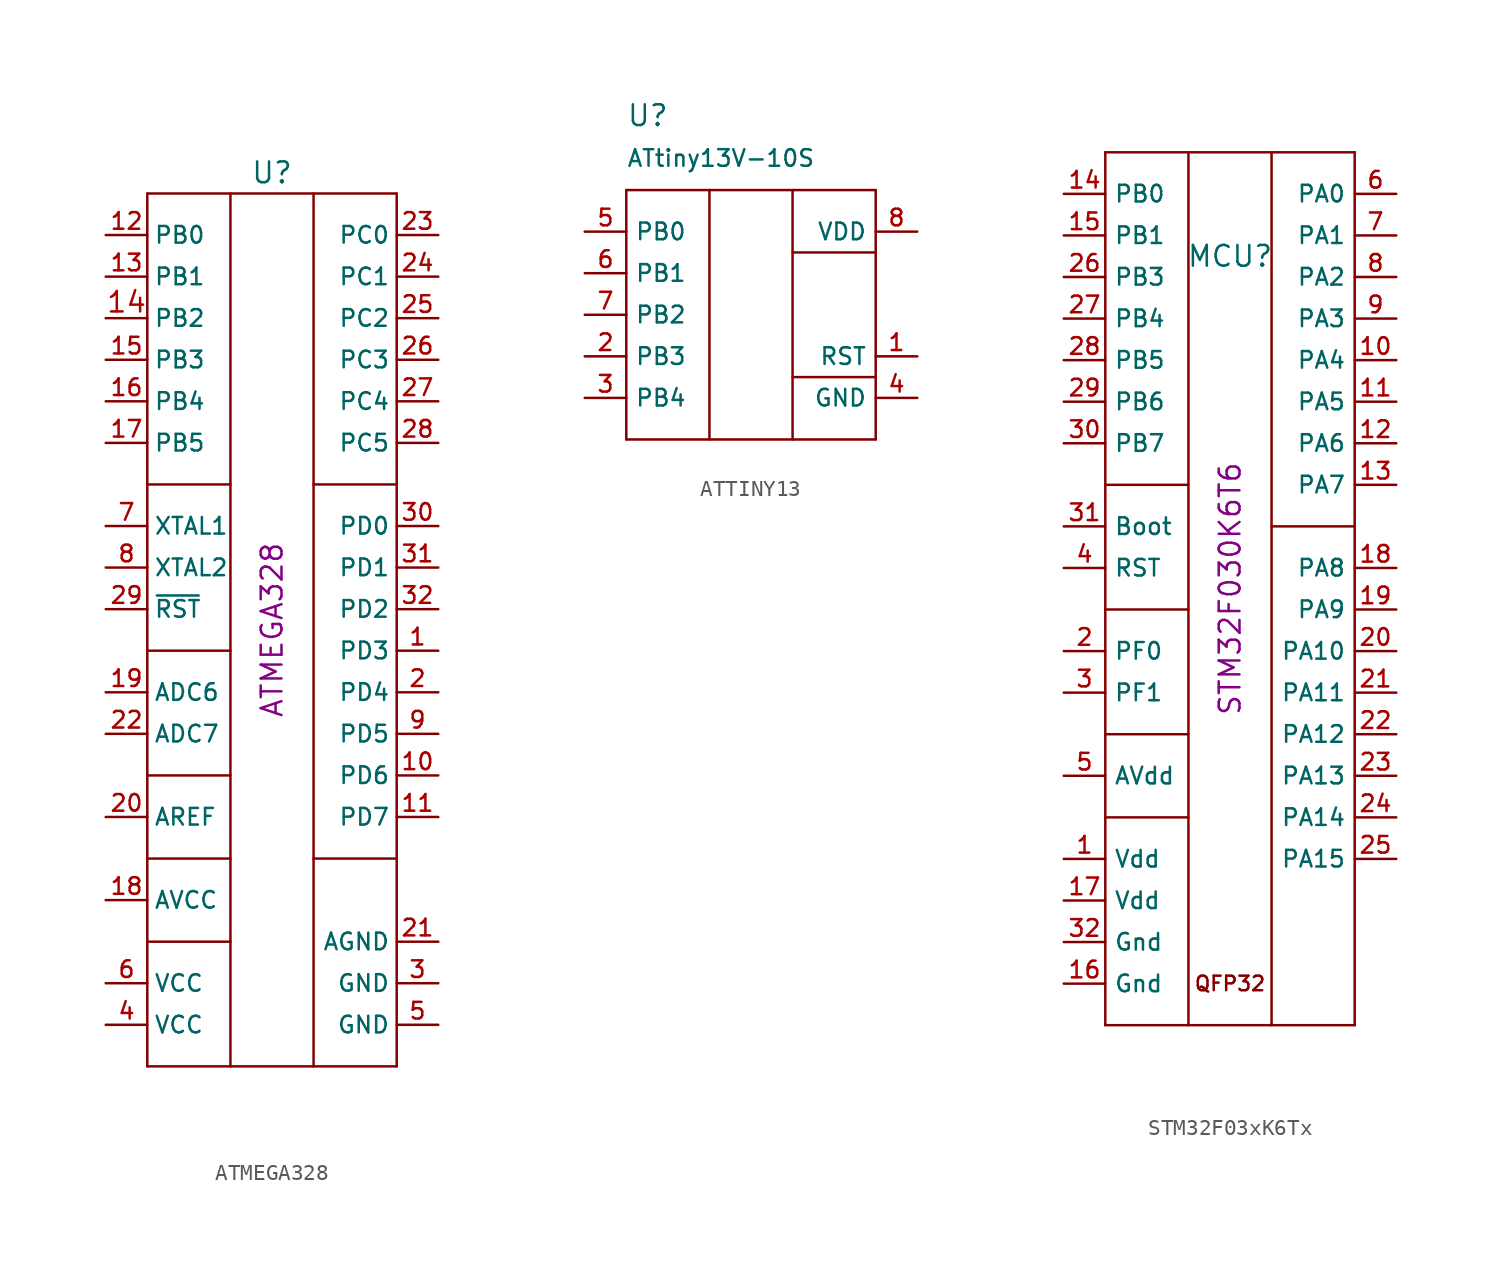
<source format=kicad_sym>
(kicad_symbol_lib
  (version 20220914)
  (generator kicad_symbol_editor)
  (symbol "ATMEGA328"
    (pin_names
      (offset 0.381))
    (property "Reference" "U"
      (at 0 27.94 0)
      (effects (font (size 1.27 1.27))))
    (property "Display" "ATMEGA328"
      (at 0 0 90)
      (effects (font (size 1.27 1.27))))
    (symbol "ATMEGA328_0_1"
      (polyline (pts (xy -7.62 -19.05) (xy -2.54 -19.05)) (stroke (width 0) (type default)) (fill (type none)))
      (polyline (pts (xy -7.62 -13.97) (xy -2.54 -13.97)) (stroke (width 0) (type default)) (fill (type none)))
      (polyline (pts (xy -7.62 -8.89) (xy -2.54 -8.89)) (stroke (width 0) (type default)) (fill (type none)))
      (polyline (pts (xy -7.62 -1.27) (xy -2.54 -1.27)) (stroke (width 0) (type default)) (fill (type none)))
      (polyline (pts (xy -7.62 8.89) (xy -2.54 8.89)) (stroke (width 0) (type default)) (fill (type none)))
      (polyline (pts (xy 2.54 -13.97) (xy 7.62 -13.97)) (stroke (width 0) (type default)) (fill (type none)))
      (polyline (pts (xy 2.54 8.89) (xy 7.62 8.89)) (stroke (width 0) (type default)) (fill (type none)))
      (polyline (pts (xy 7.62 -26.67) (xy -7.62 -26.67)) (stroke (width 0) (type default)) (fill (type none))))
    (symbol "ATMEGA328_1_1"
      (polyline (pts (xy -7.62 26.67) (xy -7.62 -26.67)) (stroke (width 0) (type default)) (fill (type none)))
      (polyline (pts (xy -7.62 26.67) (xy 7.62 26.67)) (stroke (width 0) (type default)) (fill (type none)))
      (polyline (pts (xy -2.54 26.67) (xy -2.54 -26.67)) (stroke (width 0) (type default)) (fill (type none)))
      (polyline (pts (xy 2.54 26.67) (xy 2.54 -26.67)) (stroke (width 0) (type default)) (fill (type none)))
      (polyline (pts (xy 7.62 26.67) (xy 7.62 -26.67)) (stroke (width 0) (type default)) (fill (type none)))
      (pin bidirectional line (at 10.16 -1.27 180) (length 2.54) (name "PD3" (effects (font (size 1.016 1.016)))) (number "1" (effects (font (size 1.016 1.016)))) (alternate "INT1" bidirectional line))
      (pin bidirectional line (at 10.16 -8.89 180) (length 2.54) (name "PD6" (effects (font (size 1.016 1.016)))) (number "10" (effects (font (size 1.016 1.016)))) (alternate "AIN0" bidirectional line))
      (pin bidirectional line (at 10.16 -11.43 180) (length 2.54) (name "PD7" (effects (font (size 1.016 1.016)))) (number "11" (effects (font (size 1.016 1.016)))) (alternate "AIN1" bidirectional line))
      (pin bidirectional line (at -10.16 24.13 0) (length 2.54) (name "PB0" (effects (font (size 1.016 1.016)))) (number "12" (effects (font (size 1.016 1.016)))) (alternate "ICP" bidirectional line))
      (pin bidirectional line (at -10.16 21.59 0) (length 2.54) (name "PB1" (effects (font (size 1.016 1.016)))) (number "13" (effects (font (size 1.016 1.016)))) (alternate "OC1A" bidirectional line))
      (pin bidirectional line (at -10.16 19.05 0) (length 2.54) (name "PB2" (effects (font (size 1.016 1.016)))) (number "14" (effects (font (size 1.245 1.245)))) (alternate "OC1B" bidirectional line) (alternate "SS" bidirectional line))
      (pin bidirectional line (at -10.16 16.51 0) (length 2.54) (name "PB3" (effects (font (size 1.016 1.016)))) (number "15" (effects (font (size 1.016 1.016)))) (alternate "MOSI" bidirectional line) (alternate "OC2" bidirectional line))
      (pin bidirectional line (at -10.16 13.97 0) (length 2.54) (name "PB4" (effects (font (size 1.016 1.016)))) (number "16" (effects (font (size 1.016 1.016)))) (alternate "MISO" bidirectional line))
      (pin bidirectional line (at -10.16 11.43 0) (length 2.54) (name "PB5" (effects (font (size 1.016 1.016)))) (number "17" (effects (font (size 1.016 1.016)))) (alternate "SCK" bidirectional line))
      (pin power_in line (at -10.16 -16.51 0) (length 2.54) (name "AVCC" (effects (font (size 1.016 1.016)))) (number "18" (effects (font (size 1.016 1.016)))))
      (pin input line (at -10.16 -3.81 0) (length 2.54) (name "ADC6" (effects (font (size 1.016 1.016)))) (number "19" (effects (font (size 1.016 1.016)))))
      (pin bidirectional line (at 10.16 -3.81 180) (length 2.54) (name "PD4" (effects (font (size 1.016 1.016)))) (number "2" (effects (font (size 1.016 1.016)))) (alternate "T0" bidirectional line) (alternate "XCK" bidirectional line))
      (pin passive line (at -10.16 -11.43 0) (length 2.54) (name "AREF" (effects (font (size 1.016 1.016)))) (number "20" (effects (font (size 1.016 1.016)))))
      (pin power_in line (at 10.16 -19.05 180) (length 2.54) (name "AGND" (effects (font (size 1.016 1.016)))) (number "21" (effects (font (size 1.016 1.016)))))
      (pin input line (at -10.16 -6.35 0) (length 2.54) (name "ADC7" (effects (font (size 1.016 1.016)))) (number "22" (effects (font (size 1.016 1.016)))))
      (pin bidirectional line (at 10.16 24.13 180) (length 2.54) (name "PC0" (effects (font (size 1.016 1.016)))) (number "23" (effects (font (size 1.016 1.016)))) (alternate "ADC0" bidirectional line))
      (pin bidirectional line (at 10.16 21.59 180) (length 2.54) (name "PC1" (effects (font (size 1.016 1.016)))) (number "24" (effects (font (size 1.016 1.016)))) (alternate "ADC1" bidirectional line))
      (pin bidirectional line (at 10.16 19.05 180) (length 2.54) (name "PC2" (effects (font (size 1.016 1.016)))) (number "25" (effects (font (size 1.016 1.016)))) (alternate "ADC2" bidirectional line))
      (pin bidirectional line (at 10.16 16.51 180) (length 2.54) (name "PC3" (effects (font (size 1.016 1.016)))) (number "26" (effects (font (size 1.016 1.016)))) (alternate "ADC3" bidirectional line))
      (pin bidirectional line (at 10.16 13.97 180) (length 2.54) (name "PC4" (effects (font (size 1.016 1.016)))) (number "27" (effects (font (size 1.016 1.016)))) (alternate "ADC4" bidirectional line) (alternate "SDA" bidirectional line))
      (pin bidirectional line (at 10.16 11.43 180) (length 2.54) (name "PC5" (effects (font (size 1.016 1.016)))) (number "28" (effects (font (size 1.016 1.016)))) (alternate "ADC5" bidirectional line) (alternate "SCL" bidirectional line))
      (pin bidirectional line (at -10.16 1.27 0) (length 2.54) (name "~{RST}" (effects (font (size 1.016 1.016)))) (number "29" (effects (font (size 1.016 1.016)))) (alternate "PC6" bidirectional line))
      (pin power_in line (at 10.16 -21.59 180) (length 2.54) (name "GND" (effects (font (size 1.016 1.016)))) (number "3" (effects (font (size 1.016 1.016)))))
      (pin bidirectional line (at 10.16 6.35 180) (length 2.54) (name "PD0" (effects (font (size 1.016 1.016)))) (number "30" (effects (font (size 1.016 1.016)))) (alternate "RXD" bidirectional line))
      (pin bidirectional line (at 10.16 3.81 180) (length 2.54) (name "PD1" (effects (font (size 1.016 1.016)))) (number "31" (effects (font (size 1.016 1.016)))) (alternate "TXD" bidirectional line))
      (pin bidirectional line (at 10.16 1.27 180) (length 2.54) (name "PD2" (effects (font (size 1.016 1.016)))) (number "32" (effects (font (size 1.016 1.016)))) (alternate "INT0" bidirectional line))
      (pin power_in line (at -10.16 -24.13 0) (length 2.54) (name "VCC" (effects (font (size 1.016 1.016)))) (number "4" (effects (font (size 1.016 1.016)))))
      (pin power_in line (at 10.16 -24.13 180) (length 2.54) (name "GND" (effects (font (size 1.016 1.016)))) (number "5" (effects (font (size 1.016 1.016)))))
      (pin power_in line (at -10.16 -21.59 0) (length 2.54) (name "VCC" (effects (font (size 1.016 1.016)))) (number "6" (effects (font (size 1.016 1.016)))))
      (pin bidirectional line (at -10.16 6.35 0) (length 2.54) (name "XTAL1" (effects (font (size 1.016 1.016)))) (number "7" (effects (font (size 1.016 1.016)))) (alternate "PB6" bidirectional line) (alternate "TOSC1" bidirectional line))
      (pin bidirectional line (at -10.16 3.81 0) (length 2.54) (name "XTAL2" (effects (font (size 1.016 1.016)))) (number "8" (effects (font (size 1.016 1.016)))) (alternate "PB7" bidirectional line) (alternate "TOSC2" bidirectional line))
      (pin bidirectional line (at 10.16 -6.35 180) (length 2.54) (name "PD5" (effects (font (size 1.016 1.016)))) (number "9" (effects (font (size 1.016 1.016)))) (alternate "T1" bidirectional line))))
  (symbol "ATTINY13"
    (property "Reference" "U"
      (at -7.62 11.43 0)
      (effects (font (size 1.27 1.27)) (justify left bottom)))
    (property "Value" "ATtiny13V-10S"
      (at -7.62 10.16 0)
      (effects (font (size 1.016 1.016)) (justify left top)))
    (symbol "ATTINY13_0_1"
      (polyline (pts (xy 2.54 -3.81) (xy 7.62 -3.81)) (stroke (width 0) (type default)) (fill (type none)))
      (polyline (pts (xy 2.54 3.81) (xy 7.62 3.81)) (stroke (width 0) (type default)) (fill (type none)))
      (polyline (pts (xy 7.62 -7.62) (xy -7.62 -7.62)) (stroke (width 0) (type default)) (fill (type none)))
      (polyline (pts (xy 7.62 7.62) (xy -7.62 7.62)) (stroke (width 0) (type default)) (fill (type none))))
    (symbol "ATTINY13_1_1"
      (polyline (pts (xy -7.62 7.62) (xy -7.62 -7.62)) (stroke (width 0) (type default)) (fill (type none)))
      (polyline (pts (xy -2.54 7.62) (xy -2.54 -7.62)) (stroke (width 0) (type default)) (fill (type none)))
      (polyline (pts (xy 2.54 7.62) (xy 2.54 -7.62)) (stroke (width 0) (type default)) (fill (type none)))
      (polyline (pts (xy 7.62 7.62) (xy 7.62 -7.62)) (stroke (width 0) (type default)) (fill (type none)))
      (pin bidirectional line (at 10.16 -2.54 180) (length 2.54) (name "RST" (effects (font (size 1.016 1.016)))) (number "1" (effects (font (size 1.016 1.016)))) (alternate "ADC0" bidirectional line) (alternate "PCINT5" bidirectional line) (alternate "RESET" bidirectional line) (alternate "dW" bidirectional line))
      (pin bidirectional line (at -10.16 -2.54 0) (length 2.54) (name "PB3" (effects (font (size 1.016 1.016)))) (number "2" (effects (font (size 1.016 1.016)))) (alternate "ADC3" bidirectional line) (alternate "CLKI" bidirectional line) (alternate "PCINT3" bidirectional line))
      (pin bidirectional line (at -10.16 -5.08 0) (length 2.54) (name "PB4" (effects (font (size 1.016 1.016)))) (number "3" (effects (font (size 1.016 1.016)))) (alternate "ADC2" bidirectional line) (alternate "PCINT4" bidirectional line))
      (pin power_in line (at 10.16 -5.08 180) (length 2.54) (name "GND" (effects (font (size 1.016 1.016)))) (number "4" (effects (font (size 1.016 1.016)))))
      (pin bidirectional line (at -10.16 5.08 0) (length 2.54) (name "PB0" (effects (font (size 1.016 1.016)))) (number "5" (effects (font (size 1.016 1.016)))) (alternate "AIN0" bidirectional line) (alternate "MOSI" bidirectional line) (alternate "OC0A" bidirectional line) (alternate "PCINT0" bidirectional line))
      (pin bidirectional line (at -10.16 2.54 0) (length 2.54) (name "PB1" (effects (font (size 1.016 1.016)))) (number "6" (effects (font (size 1.016 1.016)))) (alternate "AIN1" bidirectional line) (alternate "INT0" bidirectional line) (alternate "MISO" bidirectional line) (alternate "OC0B" bidirectional line) (alternate "PCINT1" bidirectional line))
      (pin bidirectional line (at -10.16 0 0) (length 2.54) (name "PB2" (effects (font (size 1.016 1.016)))) (number "7" (effects (font (size 1.016 1.016)))) (alternate "ADC1" bidirectional line) (alternate "PCINT2" bidirectional line) (alternate "SCK" bidirectional line) (alternate "T0" bidirectional line))
      (pin power_in line (at 10.16 5.08 180) (length 2.54) (name "VDD" (effects (font (size 1.016 1.016)))) (number "8" (effects (font (size 1.016 1.016)))))))
  (symbol "STM32F03xK6Tx"
    (property "Reference" "MCU"
      (at 0 20.32 0)
      (effects (font (size 1.27 1.27))))
    (property "Display" "STM32F030K6T6"
      (at 0 0 90)
      (effects (font (size 1.27 1.27))))
    (symbol "STM32F03xK6Tx_1_1"
      (polyline (pts (xy -7.62 -26.67) (xy 7.62 -26.67)) (stroke (width 0) (type default)) (fill (type none)))
      (polyline (pts (xy -7.62 -13.97) (xy -2.54 -13.97)) (stroke (width 0) (type default)) (fill (type none)))
      (polyline (pts (xy -7.62 -8.89) (xy -2.54 -8.89)) (stroke (width 0) (type default)) (fill (type none)))
      (polyline (pts (xy -7.62 -1.27) (xy -2.54 -1.27)) (stroke (width 0) (type default)) (fill (type none)))
      (polyline (pts (xy -7.62 6.35) (xy -2.54 6.35)) (stroke (width 0) (type default)) (fill (type none)))
      (polyline (pts (xy -7.62 26.67) (xy -7.62 -26.67)) (stroke (width 0) (type default)) (fill (type none)))
      (polyline (pts (xy -7.62 26.67) (xy 7.62 26.67)) (stroke (width 0) (type default)) (fill (type none)))
      (polyline (pts (xy -2.54 26.67) (xy -2.54 -26.67)) (stroke (width 0) (type default)) (fill (type none)))
      (polyline (pts (xy 2.54 3.81) (xy 7.62 3.81)) (stroke (width 0) (type default)) (fill (type none)))
      (polyline (pts (xy 2.54 26.67) (xy 2.54 -26.67)) (stroke (width 0) (type default)) (fill (type none)))
      (polyline (pts (xy 7.62 26.67) (xy 7.62 -26.67)) (stroke (width 0) (type default)) (fill (type none)))
      (text "QFP32" (at 0 -24.13 0) (effects (font (size 0.889 0.889))))
      (pin power_in line (at -10.16 -16.51 0) (length 2.54) (name "Vdd" (effects (font (size 1.016 1.016)))) (number "1" (effects (font (size 1.016 1.016)))))
      (pin bidirectional line (at 10.16 13.97 180) (length 2.54) (name "PA4" (effects (font (size 1.016 1.016)))) (number "10" (effects (font (size 1.016 1.016)))) (alternate "ADC_IN4" bidirectional line) (alternate "SPI1_NSS" bidirectional line) (alternate "TIM14_CH1" bidirectional line) (alternate "USART1_CK" bidirectional line))
      (pin bidirectional line (at 10.16 11.43 180) (length 2.54) (name "PA5" (effects (font (size 1.016 1.016)))) (number "11" (effects (font (size 1.016 1.016)))) (alternate "ADC_IN5" bidirectional line) (alternate "SPI1_SCK" bidirectional line))
      (pin bidirectional line (at 10.16 8.89 180) (length 2.54) (name "PA6" (effects (font (size 1.016 1.016)))) (number "12" (effects (font (size 1.016 1.016)))) (alternate "ADC_IN6" bidirectional line) (alternate "SPI1_MISO" bidirectional line) (alternate "TIM16_CH1" bidirectional line) (alternate "TIM1_BKIN" bidirectional line) (alternate "TIM3_CH1" bidirectional line))
      (pin bidirectional line (at 10.16 6.35 180) (length 2.54) (name "PA7" (effects (font (size 1.016 1.016)))) (number "13" (effects (font (size 1.016 1.016)))) (alternate "ADC_IN7" bidirectional line) (alternate "SPI1_MOSI" bidirectional line) (alternate "TIM14_CH1" bidirectional line) (alternate "TIM17_CH1" bidirectional line) (alternate "TIM1_CH1N" bidirectional line) (alternate "TIM3_CH2" bidirectional line))
      (pin bidirectional line (at -10.16 24.13 0) (length 2.54) (name "PB0" (effects (font (size 1.016 1.016)))) (number "14" (effects (font (size 1.016 1.016)))) (alternate "ADC_IN8" bidirectional line) (alternate "TIM1_CH2N" bidirectional line) (alternate "TIM3_CH3" bidirectional line))
      (pin bidirectional line (at -10.16 21.59 0) (length 2.54) (name "PB1" (effects (font (size 1.016 1.016)))) (number "15" (effects (font (size 1.016 1.016)))) (alternate "ADC_IN9" bidirectional line) (alternate "TIM14_CH1" bidirectional line) (alternate "TIM1_CH3N" bidirectional line) (alternate "TIM3_CH4" bidirectional line))
      (pin power_in line (at -10.16 -24.13 0) (length 2.54) (name "Gnd" (effects (font (size 1.016 1.016)))) (number "16" (effects (font (size 1.016 1.016)))))
      (pin power_in line (at -10.16 -19.05 0) (length 2.54) (name "Vdd" (effects (font (size 1.016 1.016)))) (number "17" (effects (font (size 1.016 1.016)))))
      (pin bidirectional line (at 10.16 1.27 180) (length 2.54) (name "PA8" (effects (font (size 1.016 1.016)))) (number "18" (effects (font (size 1.016 1.016)))) (alternate "RCC_MCO" bidirectional line) (alternate "TIM1_CH1" bidirectional line) (alternate "USART1_CK" bidirectional line))
      (pin bidirectional line (at 10.16 -1.27 180) (length 2.54) (name "PA9" (effects (font (size 1.016 1.016)))) (number "19" (effects (font (size 1.016 1.016)))) (alternate "I2C1_SCL" bidirectional line) (alternate "TIM1_CH2" bidirectional line) (alternate "USART1_TX" bidirectional line))
      (pin bidirectional line (at -10.16 -3.81 0) (length 2.54) (name "PF0" (effects (font (size 1.016 1.016)))) (number "2" (effects (font (size 1.016 1.016)))) (alternate "RCC_OSC_IN" bidirectional line))
      (pin bidirectional line (at 10.16 -3.81 180) (length 2.54) (name "PA10" (effects (font (size 1.016 1.016)))) (number "20" (effects (font (size 1.016 1.016)))) (alternate "I2C1_SDA" bidirectional line) (alternate "TIM17_BKIN" bidirectional line) (alternate "TIM1_CH3" bidirectional line) (alternate "USART1_RX" bidirectional line))
      (pin bidirectional line (at 10.16 -6.35 180) (length 2.54) (name "PA11" (effects (font (size 1.016 1.016)))) (number "21" (effects (font (size 1.016 1.016)))) (alternate "TIM1_CH4" bidirectional line) (alternate "USART1_CTS" bidirectional line))
      (pin bidirectional line (at 10.16 -8.89 180) (length 2.54) (name "PA12" (effects (font (size 1.016 1.016)))) (number "22" (effects (font (size 1.016 1.016)))) (alternate "TIM1_ETR" bidirectional line) (alternate "USART1_DE" bidirectional line) (alternate "USART1_RTS" bidirectional line))
      (pin bidirectional line (at 10.16 -11.43 180) (length 2.54) (name "PA13" (effects (font (size 1.016 1.016)))) (number "23" (effects (font (size 1.016 1.016)))) (alternate "IR_OUT" bidirectional line) (alternate "SYS_SWDIO" bidirectional line))
      (pin bidirectional line (at 10.16 -13.97 180) (length 2.54) (name "PA14" (effects (font (size 1.016 1.016)))) (number "24" (effects (font (size 1.016 1.016)))) (alternate "SYS_SWCLK" bidirectional line) (alternate "USART1_TX" bidirectional line))
      (pin bidirectional line (at 10.16 -16.51 180) (length 2.54) (name "PA15" (effects (font (size 1.016 1.016)))) (number "25" (effects (font (size 1.016 1.016)))) (alternate "SPI1_NSS" bidirectional line) (alternate "USART1_RX" bidirectional line))
      (pin bidirectional line (at -10.16 19.05 0) (length 2.54) (name "PB3" (effects (font (size 1.016 1.016)))) (number "26" (effects (font (size 1.016 1.016)))) (alternate "SPI1_SCK" bidirectional line))
      (pin bidirectional line (at -10.16 16.51 0) (length 2.54) (name "PB4" (effects (font (size 1.016 1.016)))) (number "27" (effects (font (size 1.016 1.016)))) (alternate "SPI1_MISO" bidirectional line) (alternate "TIM3_CH1" bidirectional line))
      (pin bidirectional line (at -10.16 13.97 0) (length 2.54) (name "PB5" (effects (font (size 1.016 1.016)))) (number "28" (effects (font (size 1.016 1.016)))) (alternate "I2C1_SMBA" bidirectional line) (alternate "SPI1_MOSI" bidirectional line) (alternate "TIM16_BKIN" bidirectional line) (alternate "TIM3_CH2" bidirectional line))
      (pin bidirectional line (at -10.16 11.43 0) (length 2.54) (name "PB6" (effects (font (size 1.016 1.016)))) (number "29" (effects (font (size 1.016 1.016)))) (alternate "I2C1_SCL" bidirectional line) (alternate "TIM16_CH1N" bidirectional line) (alternate "USART1_TX" bidirectional line))
      (pin bidirectional line (at -10.16 -6.35 0) (length 2.54) (name "PF1" (effects (font (size 1.016 1.016)))) (number "3" (effects (font (size 1.016 1.016)))) (alternate "RCC_OSC_OUT" bidirectional line))
      (pin bidirectional line (at -10.16 8.89 0) (length 2.54) (name "PB7" (effects (font (size 1.016 1.016)))) (number "30" (effects (font (size 1.016 1.016)))) (alternate "I2C1_SDA" bidirectional line) (alternate "TIM17_CH1N" bidirectional line) (alternate "USART1_RX" bidirectional line))
      (pin input line (at -10.16 3.81 0) (length 2.54) (name "Boot" (effects (font (size 1.016 1.016)))) (number "31" (effects (font (size 1.016 1.016)))))
      (pin passive line (at -10.16 -21.59 0) (length 2.54) (name "Gnd" (effects (font (size 1.016 1.016)))) (number "32" (effects (font (size 1.016 1.016)))))
      (pin input line (at -10.16 1.27 0) (length 2.54) (name "RST" (effects (font (size 1.016 1.016)))) (number "4" (effects (font (size 1.016 1.016)))))
      (pin power_in line (at -10.16 -11.43 0) (length 2.54) (name "AVdd" (effects (font (size 1.016 1.016)))) (number "5" (effects (font (size 1.016 1.016)))))
      (pin bidirectional line (at 10.16 24.13 180) (length 2.54) (name "PA0" (effects (font (size 1.016 1.016)))) (number "6" (effects (font (size 1.016 1.016)))) (alternate "ADC_IN0" bidirectional line) (alternate "RTC_TAMP2" bidirectional line) (alternate "SYS_WKUP1" bidirectional line) (alternate "USART1_CTS" bidirectional line))
      (pin bidirectional line (at 10.16 21.59 180) (length 2.54) (name "PA1" (effects (font (size 1.016 1.016)))) (number "7" (effects (font (size 1.016 1.016)))) (alternate "ADC_IN1" bidirectional line) (alternate "USART1_DE" bidirectional line) (alternate "USART1_RTS" bidirectional line))
      (pin bidirectional line (at 10.16 19.05 180) (length 2.54) (name "PA2" (effects (font (size 1.016 1.016)))) (number "8" (effects (font (size 1.016 1.016)))) (alternate "ADC_IN2" bidirectional line) (alternate "USART1_TX" bidirectional line))
      (pin bidirectional line (at 10.16 16.51 180) (length 2.54) (name "PA3" (effects (font (size 1.016 1.016)))) (number "9" (effects (font (size 1.016 1.016)))) (alternate "ADC_IN3" bidirectional line) (alternate "USART1_RX" bidirectional line)))))
</source>
